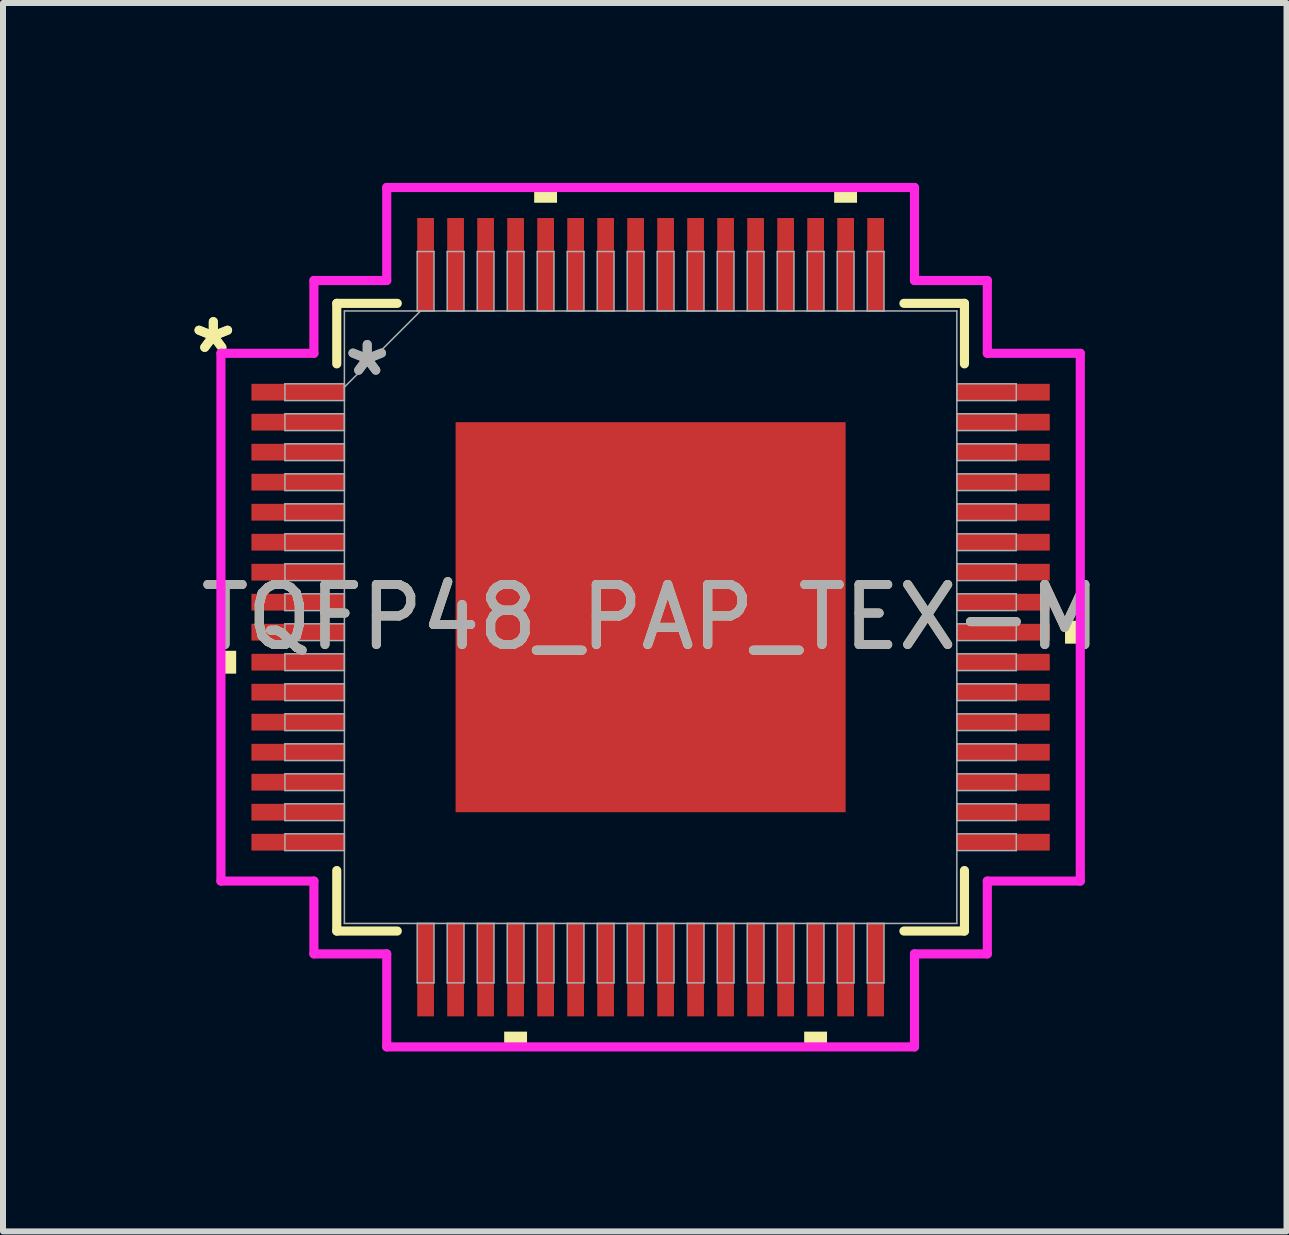
<source format=kicad_pcb>
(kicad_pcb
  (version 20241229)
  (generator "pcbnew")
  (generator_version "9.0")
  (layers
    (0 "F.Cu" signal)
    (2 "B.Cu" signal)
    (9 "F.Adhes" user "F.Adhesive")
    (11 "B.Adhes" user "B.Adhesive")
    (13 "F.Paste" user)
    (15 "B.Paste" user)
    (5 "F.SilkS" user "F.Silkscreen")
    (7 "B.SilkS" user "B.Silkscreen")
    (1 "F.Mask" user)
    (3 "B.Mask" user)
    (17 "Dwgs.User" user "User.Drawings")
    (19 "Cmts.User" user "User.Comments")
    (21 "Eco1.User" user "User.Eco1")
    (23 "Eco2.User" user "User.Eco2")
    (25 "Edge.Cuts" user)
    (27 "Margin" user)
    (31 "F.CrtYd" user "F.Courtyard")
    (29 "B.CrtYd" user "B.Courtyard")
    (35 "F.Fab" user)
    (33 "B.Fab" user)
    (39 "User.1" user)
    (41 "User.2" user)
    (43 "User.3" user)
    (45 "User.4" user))
  (footprint "TQFP48_PAP_TEX-M"
    (layer "F.Cu")
    (at 7.796 7.239)
    (property "Reference" "TQFP48_PAP_TEX-M" (at 0 0 0) (unlocked yes) (layer "F.SilkS") (effects (font (size 1 1) (thickness 0.15))))
    (attr smd)
    (fp_line (start -5.232 -5.232) (end -5.232 -4.223) (stroke (width 0.152) (type solid)) (layer "F.SilkS"))
    (fp_line (start -5.232 4.223) (end -5.232 5.232) (stroke (width 0.152) (type solid)) (layer "F.SilkS"))
    (fp_line (start -5.232 5.232) (end -4.223 5.232) (stroke (width 0.152) (type solid)) (layer "F.SilkS"))
    (fp_line (start -4.223 -5.232) (end -5.232 -5.232) (stroke (width 0.152) (type solid)) (layer "F.SilkS"))
    (fp_line (start 4.223 5.232) (end 5.232 5.232) (stroke (width 0.152) (type solid)) (layer "F.SilkS"))
    (fp_line (start 5.232 -5.232) (end 4.223 -5.232) (stroke (width 0.152) (type solid)) (layer "F.SilkS"))
    (fp_line (start 5.232 -4.223) (end 5.232 -5.232) (stroke (width 0.152) (type solid)) (layer "F.SilkS"))
    (fp_line (start 5.232 5.232) (end 5.232 4.223) (stroke (width 0.152) (type solid)) (layer "F.SilkS"))
    (fp_poly (pts (xy -7.163 0.56) (xy -7.163 0.941) (xy -6.909 0.941) (xy -6.909 0.56)) (stroke (width 0) (type solid)) (fill yes) (layer "F.SilkS"))
    (fp_poly (pts (xy -2.441 6.909) (xy -2.441 7.163) (xy -2.06 7.163) (xy -2.06 6.909)) (stroke (width 0) (type solid)) (fill yes) (layer "F.SilkS"))
    (fp_poly (pts (xy -1.941 -6.909) (xy -1.941 -7.163) (xy -1.56 -7.163) (xy -1.56 -6.909)) (stroke (width 0) (type solid)) (fill yes) (layer "F.SilkS"))
    (fp_poly (pts (xy 2.56 6.909) (xy 2.56 7.163) (xy 2.941 7.163) (xy 2.941 6.909)) (stroke (width 0) (type solid)) (fill yes) (layer "F.SilkS"))
    (fp_poly (pts (xy 3.06 -6.909) (xy 3.06 -7.163) (xy 3.441 -7.163) (xy 3.441 -6.909)) (stroke (width 0) (type solid)) (fill yes) (layer "F.SilkS"))
    (fp_poly (pts (xy 7.163 0.06) (xy 7.163 0.441) (xy 6.909 0.441) (xy 6.909 0.06)) (stroke (width 0) (type solid)) (fill yes) (layer "F.SilkS"))
    (fp_poly (pts (xy -3.151 -3.151) (xy -3.151 -2.051) (xy -2.051 -2.051) (xy -2.051 -3.151)) (stroke (width 0) (type solid)) (fill yes) (layer "F.Paste"))
    (fp_poly (pts (xy -3.151 -1.851) (xy -3.151 -0.75) (xy -2.051 -0.75) (xy -2.051 -1.851)) (stroke (width 0) (type solid)) (fill yes) (layer "F.Paste"))
    (fp_poly (pts (xy -3.151 -0.55) (xy -3.151 0.55) (xy -2.051 0.55) (xy -2.051 -0.55)) (stroke (width 0) (type solid)) (fill yes) (layer "F.Paste"))
    (fp_poly (pts (xy -3.151 0.75) (xy -3.151 1.851) (xy -2.051 1.851) (xy -2.051 0.75)) (stroke (width 0) (type solid)) (fill yes) (layer "F.Paste"))
    (fp_poly (pts (xy -3.151 2.051) (xy -3.151 3.151) (xy -2.051 3.151) (xy -2.051 2.051)) (stroke (width 0) (type solid)) (fill yes) (layer "F.Paste"))
    (fp_poly (pts (xy -1.851 -3.151) (xy -1.851 -2.051) (xy -0.75 -2.051) (xy -0.75 -3.151)) (stroke (width 0) (type solid)) (fill yes) (layer "F.Paste"))
    (fp_poly (pts (xy -1.851 -1.851) (xy -1.851 -0.75) (xy -0.75 -0.75) (xy -0.75 -1.851)) (stroke (width 0) (type solid)) (fill yes) (layer "F.Paste"))
    (fp_poly (pts (xy -1.851 -0.55) (xy -1.851 0.55) (xy -0.75 0.55) (xy -0.75 -0.55)) (stroke (width 0) (type solid)) (fill yes) (layer "F.Paste"))
    (fp_poly (pts (xy -1.851 0.75) (xy -1.851 1.851) (xy -0.75 1.851) (xy -0.75 0.75)) (stroke (width 0) (type solid)) (fill yes) (layer "F.Paste"))
    (fp_poly (pts (xy -1.851 2.051) (xy -1.851 3.151) (xy -0.75 3.151) (xy -0.75 2.051)) (stroke (width 0) (type solid)) (fill yes) (layer "F.Paste"))
    (fp_poly (pts (xy -0.55 -3.151) (xy -0.55 -2.051) (xy 0.55 -2.051) (xy 0.55 -3.151)) (stroke (width 0) (type solid)) (fill yes) (layer "F.Paste"))
    (fp_poly (pts (xy -0.55 -1.851) (xy -0.55 -0.75) (xy 0.55 -0.75) (xy 0.55 -1.851)) (stroke (width 0) (type solid)) (fill yes) (layer "F.Paste"))
    (fp_poly (pts (xy -0.55 -0.55) (xy -0.55 0.55) (xy 0.55 0.55) (xy 0.55 -0.55)) (stroke (width 0) (type solid)) (fill yes) (layer "F.Paste"))
    (fp_poly (pts (xy -0.55 0.75) (xy -0.55 1.851) (xy 0.55 1.851) (xy 0.55 0.75)) (stroke (width 0) (type solid)) (fill yes) (layer "F.Paste"))
    (fp_poly (pts (xy -0.55 2.051) (xy -0.55 3.151) (xy 0.55 3.151) (xy 0.55 2.051)) (stroke (width 0) (type solid)) (fill yes) (layer "F.Paste"))
    (fp_poly (pts (xy 0.75 -3.151) (xy 0.75 -2.051) (xy 1.851 -2.051) (xy 1.851 -3.151)) (stroke (width 0) (type solid)) (fill yes) (layer "F.Paste"))
    (fp_poly (pts (xy 0.75 -1.851) (xy 0.75 -0.75) (xy 1.851 -0.75) (xy 1.851 -1.851)) (stroke (width 0) (type solid)) (fill yes) (layer "F.Paste"))
    (fp_poly (pts (xy 0.75 -0.55) (xy 0.75 0.55) (xy 1.851 0.55) (xy 1.851 -0.55)) (stroke (width 0) (type solid)) (fill yes) (layer "F.Paste"))
    (fp_poly (pts (xy 0.75 0.75) (xy 0.75 1.851) (xy 1.851 1.851) (xy 1.851 0.75)) (stroke (width 0) (type solid)) (fill yes) (layer "F.Paste"))
    (fp_poly (pts (xy 0.75 2.051) (xy 0.75 3.151) (xy 1.851 3.151) (xy 1.851 2.051)) (stroke (width 0) (type solid)) (fill yes) (layer "F.Paste"))
    (fp_poly (pts (xy 2.051 -3.151) (xy 2.051 -2.051) (xy 3.151 -2.051) (xy 3.151 -3.151)) (stroke (width 0) (type solid)) (fill yes) (layer "F.Paste"))
    (fp_poly (pts (xy 2.051 -1.851) (xy 2.051 -0.75) (xy 3.151 -0.75) (xy 3.151 -1.851)) (stroke (width 0) (type solid)) (fill yes) (layer "F.Paste"))
    (fp_poly (pts (xy 2.051 -0.55) (xy 2.051 0.55) (xy 3.151 0.55) (xy 3.151 -0.55)) (stroke (width 0) (type solid)) (fill yes) (layer "F.Paste"))
    (fp_poly (pts (xy 2.051 0.75) (xy 2.051 1.851) (xy 3.151 1.851) (xy 3.151 0.75)) (stroke (width 0) (type solid)) (fill yes) (layer "F.Paste"))
    (fp_poly (pts (xy 2.051 2.051) (xy 2.051 3.151) (xy 3.151 3.151) (xy 3.151 2.051)) (stroke (width 0) (type solid)) (fill yes) (layer "F.Paste"))
    (fp_line (start -7.163 -4.399) (end -5.613 -4.399) (stroke (width 0.152) (type solid)) (layer "F.CrtYd"))
    (fp_line (start -7.163 4.399) (end -7.163 -4.399) (stroke (width 0.152) (type solid)) (layer "F.CrtYd"))
    (fp_line (start -5.613 -5.613) (end -4.399 -5.613) (stroke (width 0.152) (type solid)) (layer "F.CrtYd"))
    (fp_line (start -5.613 -4.399) (end -5.613 -5.613) (stroke (width 0.152) (type solid)) (layer "F.CrtYd"))
    (fp_line (start -5.613 4.399) (end -7.163 4.399) (stroke (width 0.152) (type solid)) (layer "F.CrtYd"))
    (fp_line (start -5.613 5.613) (end -5.613 4.399) (stroke (width 0.152) (type solid)) (layer "F.CrtYd"))
    (fp_line (start -5.613 5.613) (end -4.399 5.613) (stroke (width 0.152) (type solid)) (layer "F.CrtYd"))
    (fp_line (start -4.399 -7.163) (end 4.399 -7.163) (stroke (width 0.152) (type solid)) (layer "F.CrtYd"))
    (fp_line (start -4.399 -5.613) (end -4.399 -7.163) (stroke (width 0.152) (type solid)) (layer "F.CrtYd"))
    (fp_line (start -4.399 5.613) (end -4.399 7.163) (stroke (width 0.152) (type solid)) (layer "F.CrtYd"))
    (fp_line (start -4.399 7.163) (end 4.399 7.163) (stroke (width 0.152) (type solid)) (layer "F.CrtYd"))
    (fp_line (start 4.399 -7.163) (end 4.399 -5.613) (stroke (width 0.152) (type solid)) (layer "F.CrtYd"))
    (fp_line (start 4.399 -5.613) (end 5.613 -5.613) (stroke (width 0.152) (type solid)) (layer "F.CrtYd"))
    (fp_line (start 4.399 5.613) (end 5.613 5.613) (stroke (width 0.152) (type solid)) (layer "F.CrtYd"))
    (fp_line (start 4.399 7.163) (end 4.399 5.613) (stroke (width 0.152) (type solid)) (layer "F.CrtYd"))
    (fp_line (start 5.613 -4.399) (end 5.613 -5.613) (stroke (width 0.152) (type solid)) (layer "F.CrtYd"))
    (fp_line (start 5.613 4.399) (end 7.163 4.399) (stroke (width 0.152) (type solid)) (layer "F.CrtYd"))
    (fp_line (start 5.613 5.613) (end 5.613 4.399) (stroke (width 0.152) (type solid)) (layer "F.CrtYd"))
    (fp_line (start 7.163 -4.399) (end 5.613 -4.399) (stroke (width 0.152) (type solid)) (layer "F.CrtYd"))
    (fp_line (start 7.163 4.399) (end 7.163 -4.399) (stroke (width 0.152) (type solid)) (layer "F.CrtYd"))
    (fp_line (start -6.096 -3.891) (end -6.096 -3.611) (stroke (width 0.025) (type solid)) (layer "F.Fab"))
    (fp_line (start -6.096 -3.611) (end -5.105 -3.611) (stroke (width 0.025) (type solid)) (layer "F.Fab"))
    (fp_line (start -6.096 -3.391) (end -6.096 -3.111) (stroke (width 0.025) (type solid)) (layer "F.Fab"))
    (fp_line (start -6.096 -3.111) (end -5.105 -3.111) (stroke (width 0.025) (type solid)) (layer "F.Fab"))
    (fp_line (start -6.096 -2.89) (end -6.096 -2.611) (stroke (width 0.025) (type solid)) (layer "F.Fab"))
    (fp_line (start -6.096 -2.611) (end -5.105 -2.611) (stroke (width 0.025) (type solid)) (layer "F.Fab"))
    (fp_line (start -6.096 -2.39) (end -6.096 -2.111) (stroke (width 0.025) (type solid)) (layer "F.Fab"))
    (fp_line (start -6.096 -2.111) (end -5.105 -2.111) (stroke (width 0.025) (type solid)) (layer "F.Fab"))
    (fp_line (start -6.096 -1.89) (end -6.096 -1.611) (stroke (width 0.025) (type solid)) (layer "F.Fab"))
    (fp_line (start -6.096 -1.611) (end -5.105 -1.611) (stroke (width 0.025) (type solid)) (layer "F.Fab"))
    (fp_line (start -6.096 -1.39) (end -6.096 -1.111) (stroke (width 0.025) (type solid)) (layer "F.Fab"))
    (fp_line (start -6.096 -1.111) (end -5.105 -1.111) (stroke (width 0.025) (type solid)) (layer "F.Fab"))
    (fp_line (start -6.096 -0.89) (end -6.096 -0.61) (stroke (width 0.025) (type solid)) (layer "F.Fab"))
    (fp_line (start -6.096 -0.61) (end -5.105 -0.61) (stroke (width 0.025) (type solid)) (layer "F.Fab"))
    (fp_line (start -6.096 -0.39) (end -6.096 -0.11) (stroke (width 0.025) (type solid)) (layer "F.Fab"))
    (fp_line (start -6.096 -0.11) (end -5.105 -0.11) (stroke (width 0.025) (type solid)) (layer "F.Fab"))
    (fp_line (start -6.096 0.11) (end -6.096 0.39) (stroke (width 0.025) (type solid)) (layer "F.Fab"))
    (fp_line (start -6.096 0.39) (end -5.105 0.39) (stroke (width 0.025) (type solid)) (layer "F.Fab"))
    (fp_line (start -6.096 0.61) (end -6.096 0.89) (stroke (width 0.025) (type solid)) (layer "F.Fab"))
    (fp_line (start -6.096 0.89) (end -5.105 0.89) (stroke (width 0.025) (type solid)) (layer "F.Fab"))
    (fp_line (start -6.096 1.111) (end -6.096 1.39) (stroke (width 0.025) (type solid)) (layer "F.Fab"))
    (fp_line (start -6.096 1.39) (end -5.105 1.39) (stroke (width 0.025) (type solid)) (layer "F.Fab"))
    (fp_line (start -6.096 1.611) (end -6.096 1.89) (stroke (width 0.025) (type solid)) (layer "F.Fab"))
    (fp_line (start -6.096 1.89) (end -5.105 1.89) (stroke (width 0.025) (type solid)) (layer "F.Fab"))
    (fp_line (start -6.096 2.111) (end -6.096 2.39) (stroke (width 0.025) (type solid)) (layer "F.Fab"))
    (fp_line (start -6.096 2.39) (end -5.105 2.39) (stroke (width 0.025) (type solid)) (layer "F.Fab"))
    (fp_line (start -6.096 2.611) (end -6.096 2.89) (stroke (width 0.025) (type solid)) (layer "F.Fab"))
    (fp_line (start -6.096 2.89) (end -5.105 2.89) (stroke (width 0.025) (type solid)) (layer "F.Fab"))
    (fp_line (start -6.096 3.111) (end -6.096 3.391) (stroke (width 0.025) (type solid)) (layer "F.Fab"))
    (fp_line (start -6.096 3.391) (end -5.105 3.391) (stroke (width 0.025) (type solid)) (layer "F.Fab"))
    (fp_line (start -6.096 3.611) (end -6.096 3.891) (stroke (width 0.025) (type solid)) (layer "F.Fab"))
    (fp_line (start -6.096 3.891) (end -5.105 3.891) (stroke (width 0.025) (type solid)) (layer "F.Fab"))
    (fp_line (start -5.105 -5.105) (end -5.105 5.105) (stroke (width 0.025) (type solid)) (layer "F.Fab"))
    (fp_line (start -5.105 -3.891) (end -6.096 -3.891) (stroke (width 0.025) (type solid)) (layer "F.Fab"))
    (fp_line (start -5.105 -3.835) (end -3.835 -5.105) (stroke (width 0.025) (type solid)) (layer "F.Fab"))
    (fp_line (start -5.105 -3.611) (end -5.105 -3.891) (stroke (width 0.025) (type solid)) (layer "F.Fab"))
    (fp_line (start -5.105 -3.391) (end -6.096 -3.391) (stroke (width 0.025) (type solid)) (layer "F.Fab"))
    (fp_line (start -5.105 -3.111) (end -5.105 -3.391) (stroke (width 0.025) (type solid)) (layer "F.Fab"))
    (fp_line (start -5.105 -2.89) (end -6.096 -2.89) (stroke (width 0.025) (type solid)) (layer "F.Fab"))
    (fp_line (start -5.105 -2.611) (end -5.105 -2.89) (stroke (width 0.025) (type solid)) (layer "F.Fab"))
    (fp_line (start -5.105 -2.39) (end -6.096 -2.39) (stroke (width 0.025) (type solid)) (layer "F.Fab"))
    (fp_line (start -5.105 -2.111) (end -5.105 -2.39) (stroke (width 0.025) (type solid)) (layer "F.Fab"))
    (fp_line (start -5.105 -1.89) (end -6.096 -1.89) (stroke (width 0.025) (type solid)) (layer "F.Fab"))
    (fp_line (start -5.105 -1.611) (end -5.105 -1.89) (stroke (width 0.025) (type solid)) (layer "F.Fab"))
    (fp_line (start -5.105 -1.39) (end -6.096 -1.39) (stroke (width 0.025) (type solid)) (layer "F.Fab"))
    (fp_line (start -5.105 -1.111) (end -5.105 -1.39) (stroke (width 0.025) (type solid)) (layer "F.Fab"))
    (fp_line (start -5.105 -0.89) (end -6.096 -0.89) (stroke (width 0.025) (type solid)) (layer "F.Fab"))
    (fp_line (start -5.105 -0.61) (end -5.105 -0.89) (stroke (width 0.025) (type solid)) (layer "F.Fab"))
    (fp_line (start -5.105 -0.39) (end -6.096 -0.39) (stroke (width 0.025) (type solid)) (layer "F.Fab"))
    (fp_line (start -5.105 -0.11) (end -5.105 -0.39) (stroke (width 0.025) (type solid)) (layer "F.Fab"))
    (fp_line (start -5.105 0.11) (end -6.096 0.11) (stroke (width 0.025) (type solid)) (layer "F.Fab"))
    (fp_line (start -5.105 0.39) (end -5.105 0.11) (stroke (width 0.025) (type solid)) (layer "F.Fab"))
    (fp_line (start -5.105 0.61) (end -6.096 0.61) (stroke (width 0.025) (type solid)) (layer "F.Fab"))
    (fp_line (start -5.105 0.89) (end -5.105 0.61) (stroke (width 0.025) (type solid)) (layer "F.Fab"))
    (fp_line (start -5.105 1.111) (end -6.096 1.111) (stroke (width 0.025) (type solid)) (layer "F.Fab"))
    (fp_line (start -5.105 1.39) (end -5.105 1.111) (stroke (width 0.025) (type solid)) (layer "F.Fab"))
    (fp_line (start -5.105 1.611) (end -6.096 1.611) (stroke (width 0.025) (type solid)) (layer "F.Fab"))
    (fp_line (start -5.105 1.89) (end -5.105 1.611) (stroke (width 0.025) (type solid)) (layer "F.Fab"))
    (fp_line (start -5.105 2.111) (end -6.096 2.111) (stroke (width 0.025) (type solid)) (layer "F.Fab"))
    (fp_line (start -5.105 2.39) (end -5.105 2.111) (stroke (width 0.025) (type solid)) (layer "F.Fab"))
    (fp_line (start -5.105 2.611) (end -6.096 2.611) (stroke (width 0.025) (type solid)) (layer "F.Fab"))
    (fp_line (start -5.105 2.89) (end -5.105 2.611) (stroke (width 0.025) (type solid)) (layer "F.Fab"))
    (fp_line (start -5.105 3.111) (end -6.096 3.111) (stroke (width 0.025) (type solid)) (layer "F.Fab"))
    (fp_line (start -5.105 3.391) (end -5.105 3.111) (stroke (width 0.025) (type solid)) (layer "F.Fab"))
    (fp_line (start -5.105 3.611) (end -6.096 3.611) (stroke (width 0.025) (type solid)) (layer "F.Fab"))
    (fp_line (start -5.105 3.891) (end -5.105 3.611) (stroke (width 0.025) (type solid)) (layer "F.Fab"))
    (fp_line (start -5.105 5.105) (end 5.105 5.105) (stroke (width 0.025) (type solid)) (layer "F.Fab"))
    (fp_line (start -3.891 -6.096) (end -3.891 -5.105) (stroke (width 0.025) (type solid)) (layer "F.Fab"))
    (fp_line (start -3.891 -5.105) (end -3.611 -5.105) (stroke (width 0.025) (type solid)) (layer "F.Fab"))
    (fp_line (start -3.891 5.105) (end -3.891 6.096) (stroke (width 0.025) (type solid)) (layer "F.Fab"))
    (fp_line (start -3.891 6.096) (end -3.611 6.096) (stroke (width 0.025) (type solid)) (layer "F.Fab"))
    (fp_line (start -3.611 -6.096) (end -3.891 -6.096) (stroke (width 0.025) (type solid)) (layer "F.Fab"))
    (fp_line (start -3.611 -5.105) (end -3.611 -6.096) (stroke (width 0.025) (type solid)) (layer "F.Fab"))
    (fp_line (start -3.611 5.105) (end -3.891 5.105) (stroke (width 0.025) (type solid)) (layer "F.Fab"))
    (fp_line (start -3.611 6.096) (end -3.611 5.105) (stroke (width 0.025) (type solid)) (layer "F.Fab"))
    (fp_line (start -3.391 -6.096) (end -3.391 -5.105) (stroke (width 0.025) (type solid)) (layer "F.Fab"))
    (fp_line (start -3.391 -5.105) (end -3.111 -5.105) (stroke (width 0.025) (type solid)) (layer "F.Fab"))
    (fp_line (start -3.391 5.105) (end -3.391 6.096) (stroke (width 0.025) (type solid)) (layer "F.Fab"))
    (fp_line (start -3.391 6.096) (end -3.111 6.096) (stroke (width 0.025) (type solid)) (layer "F.Fab"))
    (fp_line (start -3.111 -6.096) (end -3.391 -6.096) (stroke (width 0.025) (type solid)) (layer "F.Fab"))
    (fp_line (start -3.111 -5.105) (end -3.111 -6.096) (stroke (width 0.025) (type solid)) (layer "F.Fab"))
    (fp_line (start -3.111 5.105) (end -3.391 5.105) (stroke (width 0.025) (type solid)) (layer "F.Fab"))
    (fp_line (start -3.111 6.096) (end -3.111 5.105) (stroke (width 0.025) (type solid)) (layer "F.Fab"))
    (fp_line (start -2.89 -6.096) (end -2.89 -5.105) (stroke (width 0.025) (type solid)) (layer "F.Fab"))
    (fp_line (start -2.89 -5.105) (end -2.611 -5.105) (stroke (width 0.025) (type solid)) (layer "F.Fab"))
    (fp_line (start -2.89 5.105) (end -2.89 6.096) (stroke (width 0.025) (type solid)) (layer "F.Fab"))
    (fp_line (start -2.89 6.096) (end -2.611 6.096) (stroke (width 0.025) (type solid)) (layer "F.Fab"))
    (fp_line (start -2.611 -6.096) (end -2.89 -6.096) (stroke (width 0.025) (type solid)) (layer "F.Fab"))
    (fp_line (start -2.611 -5.105) (end -2.611 -6.096) (stroke (width 0.025) (type solid)) (layer "F.Fab"))
    (fp_line (start -2.611 5.105) (end -2.89 5.105) (stroke (width 0.025) (type solid)) (layer "F.Fab"))
    (fp_line (start -2.611 6.096) (end -2.611 5.105) (stroke (width 0.025) (type solid)) (layer "F.Fab"))
    (fp_line (start -2.39 -6.096) (end -2.39 -5.105) (stroke (width 0.025) (type solid)) (layer "F.Fab"))
    (fp_line (start -2.39 -5.105) (end -2.111 -5.105) (stroke (width 0.025) (type solid)) (layer "F.Fab"))
    (fp_line (start -2.39 5.105) (end -2.39 6.096) (stroke (width 0.025) (type solid)) (layer "F.Fab"))
    (fp_line (start -2.39 6.096) (end -2.111 6.096) (stroke (width 0.025) (type solid)) (layer "F.Fab"))
    (fp_line (start -2.111 -6.096) (end -2.39 -6.096) (stroke (width 0.025) (type solid)) (layer "F.Fab"))
    (fp_line (start -2.111 -5.105) (end -2.111 -6.096) (stroke (width 0.025) (type solid)) (layer "F.Fab"))
    (fp_line (start -2.111 5.105) (end -2.39 5.105) (stroke (width 0.025) (type solid)) (layer "F.Fab"))
    (fp_line (start -2.111 6.096) (end -2.111 5.105) (stroke (width 0.025) (type solid)) (layer "F.Fab"))
    (fp_line (start -1.89 -6.096) (end -1.89 -5.105) (stroke (width 0.025) (type solid)) (layer "F.Fab"))
    (fp_line (start -1.89 -5.105) (end -1.611 -5.105) (stroke (width 0.025) (type solid)) (layer "F.Fab"))
    (fp_line (start -1.89 5.105) (end -1.89 6.096) (stroke (width 0.025) (type solid)) (layer "F.Fab"))
    (fp_line (start -1.89 6.096) (end -1.611 6.096) (stroke (width 0.025) (type solid)) (layer "F.Fab"))
    (fp_line (start -1.611 -6.096) (end -1.89 -6.096) (stroke (width 0.025) (type solid)) (layer "F.Fab"))
    (fp_line (start -1.611 -5.105) (end -1.611 -6.096) (stroke (width 0.025) (type solid)) (layer "F.Fab"))
    (fp_line (start -1.611 5.105) (end -1.89 5.105) (stroke (width 0.025) (type solid)) (layer "F.Fab"))
    (fp_line (start -1.611 6.096) (end -1.611 5.105) (stroke (width 0.025) (type solid)) (layer "F.Fab"))
    (fp_line (start -1.39 -6.096) (end -1.39 -5.105) (stroke (width 0.025) (type solid)) (layer "F.Fab"))
    (fp_line (start -1.39 -5.105) (end -1.111 -5.105) (stroke (width 0.025) (type solid)) (layer "F.Fab"))
    (fp_line (start -1.39 5.105) (end -1.39 6.096) (stroke (width 0.025) (type solid)) (layer "F.Fab"))
    (fp_line (start -1.39 6.096) (end -1.111 6.096) (stroke (width 0.025) (type solid)) (layer "F.Fab"))
    (fp_line (start -1.111 -6.096) (end -1.39 -6.096) (stroke (width 0.025) (type solid)) (layer "F.Fab"))
    (fp_line (start -1.111 -5.105) (end -1.111 -6.096) (stroke (width 0.025) (type solid)) (layer "F.Fab"))
    (fp_line (start -1.111 5.105) (end -1.39 5.105) (stroke (width 0.025) (type solid)) (layer "F.Fab"))
    (fp_line (start -1.111 6.096) (end -1.111 5.105) (stroke (width 0.025) (type solid)) (layer "F.Fab"))
    (fp_line (start -0.89 -6.096) (end -0.89 -5.105) (stroke (width 0.025) (type solid)) (layer "F.Fab"))
    (fp_line (start -0.89 -5.105) (end -0.61 -5.105) (stroke (width 0.025) (type solid)) (layer "F.Fab"))
    (fp_line (start -0.89 5.105) (end -0.89 6.096) (stroke (width 0.025) (type solid)) (layer "F.Fab"))
    (fp_line (start -0.89 6.096) (end -0.61 6.096) (stroke (width 0.025) (type solid)) (layer "F.Fab"))
    (fp_line (start -0.61 -6.096) (end -0.89 -6.096) (stroke (width 0.025) (type solid)) (layer "F.Fab"))
    (fp_line (start -0.61 -5.105) (end -0.61 -6.096) (stroke (width 0.025) (type solid)) (layer "F.Fab"))
    (fp_line (start -0.61 5.105) (end -0.89 5.105) (stroke (width 0.025) (type solid)) (layer "F.Fab"))
    (fp_line (start -0.61 6.096) (end -0.61 5.105) (stroke (width 0.025) (type solid)) (layer "F.Fab"))
    (fp_line (start -0.39 -6.096) (end -0.39 -5.105) (stroke (width 0.025) (type solid)) (layer "F.Fab"))
    (fp_line (start -0.39 -5.105) (end -0.11 -5.105) (stroke (width 0.025) (type solid)) (layer "F.Fab"))
    (fp_line (start -0.39 5.105) (end -0.39 6.096) (stroke (width 0.025) (type solid)) (layer "F.Fab"))
    (fp_line (start -0.39 6.096) (end -0.11 6.096) (stroke (width 0.025) (type solid)) (layer "F.Fab"))
    (fp_line (start -0.11 -6.096) (end -0.39 -6.096) (stroke (width 0.025) (type solid)) (layer "F.Fab"))
    (fp_line (start -0.11 -5.105) (end -0.11 -6.096) (stroke (width 0.025) (type solid)) (layer "F.Fab"))
    (fp_line (start -0.11 5.105) (end -0.39 5.105) (stroke (width 0.025) (type solid)) (layer "F.Fab"))
    (fp_line (start -0.11 6.096) (end -0.11 5.105) (stroke (width 0.025) (type solid)) (layer "F.Fab"))
    (fp_line (start 0.11 -6.096) (end 0.11 -5.105) (stroke (width 0.025) (type solid)) (layer "F.Fab"))
    (fp_line (start 0.11 -5.105) (end 0.39 -5.105) (stroke (width 0.025) (type solid)) (layer "F.Fab"))
    (fp_line (start 0.11 5.105) (end 0.11 6.096) (stroke (width 0.025) (type solid)) (layer "F.Fab"))
    (fp_line (start 0.11 6.096) (end 0.39 6.096) (stroke (width 0.025) (type solid)) (layer "F.Fab"))
    (fp_line (start 0.39 -6.096) (end 0.11 -6.096) (stroke (width 0.025) (type solid)) (layer "F.Fab"))
    (fp_line (start 0.39 -5.105) (end 0.39 -6.096) (stroke (width 0.025) (type solid)) (layer "F.Fab"))
    (fp_line (start 0.39 5.105) (end 0.11 5.105) (stroke (width 0.025) (type solid)) (layer "F.Fab"))
    (fp_line (start 0.39 6.096) (end 0.39 5.105) (stroke (width 0.025) (type solid)) (layer "F.Fab"))
    (fp_line (start 0.61 -6.096) (end 0.61 -5.105) (stroke (width 0.025) (type solid)) (layer "F.Fab"))
    (fp_line (start 0.61 -5.105) (end 0.89 -5.105) (stroke (width 0.025) (type solid)) (layer "F.Fab"))
    (fp_line (start 0.61 5.105) (end 0.61 6.096) (stroke (width 0.025) (type solid)) (layer "F.Fab"))
    (fp_line (start 0.61 6.096) (end 0.89 6.096) (stroke (width 0.025) (type solid)) (layer "F.Fab"))
    (fp_line (start 0.89 -6.096) (end 0.61 -6.096) (stroke (width 0.025) (type solid)) (layer "F.Fab"))
    (fp_line (start 0.89 -5.105) (end 0.89 -6.096) (stroke (width 0.025) (type solid)) (layer "F.Fab"))
    (fp_line (start 0.89 5.105) (end 0.61 5.105) (stroke (width 0.025) (type solid)) (layer "F.Fab"))
    (fp_line (start 0.89 6.096) (end 0.89 5.105) (stroke (width 0.025) (type solid)) (layer "F.Fab"))
    (fp_line (start 1.111 -6.096) (end 1.111 -5.105) (stroke (width 0.025) (type solid)) (layer "F.Fab"))
    (fp_line (start 1.111 -5.105) (end 1.39 -5.105) (stroke (width 0.025) (type solid)) (layer "F.Fab"))
    (fp_line (start 1.111 5.105) (end 1.111 6.096) (stroke (width 0.025) (type solid)) (layer "F.Fab"))
    (fp_line (start 1.111 6.096) (end 1.39 6.096) (stroke (width 0.025) (type solid)) (layer "F.Fab"))
    (fp_line (start 1.39 -6.096) (end 1.111 -6.096) (stroke (width 0.025) (type solid)) (layer "F.Fab"))
    (fp_line (start 1.39 -5.105) (end 1.39 -6.096) (stroke (width 0.025) (type solid)) (layer "F.Fab"))
    (fp_line (start 1.39 5.105) (end 1.111 5.105) (stroke (width 0.025) (type solid)) (layer "F.Fab"))
    (fp_line (start 1.39 6.096) (end 1.39 5.105) (stroke (width 0.025) (type solid)) (layer "F.Fab"))
    (fp_line (start 1.611 -6.096) (end 1.611 -5.105) (stroke (width 0.025) (type solid)) (layer "F.Fab"))
    (fp_line (start 1.611 -5.105) (end 1.89 -5.105) (stroke (width 0.025) (type solid)) (layer "F.Fab"))
    (fp_line (start 1.611 5.105) (end 1.611 6.096) (stroke (width 0.025) (type solid)) (layer "F.Fab"))
    (fp_line (start 1.611 6.096) (end 1.89 6.096) (stroke (width 0.025) (type solid)) (layer "F.Fab"))
    (fp_line (start 1.89 -6.096) (end 1.611 -6.096) (stroke (width 0.025) (type solid)) (layer "F.Fab"))
    (fp_line (start 1.89 -5.105) (end 1.89 -6.096) (stroke (width 0.025) (type solid)) (layer "F.Fab"))
    (fp_line (start 1.89 5.105) (end 1.611 5.105) (stroke (width 0.025) (type solid)) (layer "F.Fab"))
    (fp_line (start 1.89 6.096) (end 1.89 5.105) (stroke (width 0.025) (type solid)) (layer "F.Fab"))
    (fp_line (start 2.111 -6.096) (end 2.111 -5.105) (stroke (width 0.025) (type solid)) (layer "F.Fab"))
    (fp_line (start 2.111 -5.105) (end 2.39 -5.105) (stroke (width 0.025) (type solid)) (layer "F.Fab"))
    (fp_line (start 2.111 5.105) (end 2.111 6.096) (stroke (width 0.025) (type solid)) (layer "F.Fab"))
    (fp_line (start 2.111 6.096) (end 2.39 6.096) (stroke (width 0.025) (type solid)) (layer "F.Fab"))
    (fp_line (start 2.39 -6.096) (end 2.111 -6.096) (stroke (width 0.025) (type solid)) (layer "F.Fab"))
    (fp_line (start 2.39 -5.105) (end 2.39 -6.096) (stroke (width 0.025) (type solid)) (layer "F.Fab"))
    (fp_line (start 2.39 5.105) (end 2.111 5.105) (stroke (width 0.025) (type solid)) (layer "F.Fab"))
    (fp_line (start 2.39 6.096) (end 2.39 5.105) (stroke (width 0.025) (type solid)) (layer "F.Fab"))
    (fp_line (start 2.611 -6.096) (end 2.611 -5.105) (stroke (width 0.025) (type solid)) (layer "F.Fab"))
    (fp_line (start 2.611 -5.105) (end 2.89 -5.105) (stroke (width 0.025) (type solid)) (layer "F.Fab"))
    (fp_line (start 2.611 5.105) (end 2.611 6.096) (stroke (width 0.025) (type solid)) (layer "F.Fab"))
    (fp_line (start 2.611 6.096) (end 2.89 6.096) (stroke (width 0.025) (type solid)) (layer "F.Fab"))
    (fp_line (start 2.89 -6.096) (end 2.611 -6.096) (stroke (width 0.025) (type solid)) (layer "F.Fab"))
    (fp_line (start 2.89 -5.105) (end 2.89 -6.096) (stroke (width 0.025) (type solid)) (layer "F.Fab"))
    (fp_line (start 2.89 5.105) (end 2.611 5.105) (stroke (width 0.025) (type solid)) (layer "F.Fab"))
    (fp_line (start 2.89 6.096) (end 2.89 5.105) (stroke (width 0.025) (type solid)) (layer "F.Fab"))
    (fp_line (start 3.111 -6.096) (end 3.111 -5.105) (stroke (width 0.025) (type solid)) (layer "F.Fab"))
    (fp_line (start 3.111 -5.105) (end 3.391 -5.105) (stroke (width 0.025) (type solid)) (layer "F.Fab"))
    (fp_line (start 3.111 5.105) (end 3.111 6.096) (stroke (width 0.025) (type solid)) (layer "F.Fab"))
    (fp_line (start 3.111 6.096) (end 3.391 6.096) (stroke (width 0.025) (type solid)) (layer "F.Fab"))
    (fp_line (start 3.391 -6.096) (end 3.111 -6.096) (stroke (width 0.025) (type solid)) (layer "F.Fab"))
    (fp_line (start 3.391 -5.105) (end 3.391 -6.096) (stroke (width 0.025) (type solid)) (layer "F.Fab"))
    (fp_line (start 3.391 5.105) (end 3.111 5.105) (stroke (width 0.025) (type solid)) (layer "F.Fab"))
    (fp_line (start 3.391 6.096) (end 3.391 5.105) (stroke (width 0.025) (type solid)) (layer "F.Fab"))
    (fp_line (start 3.611 -6.096) (end 3.611 -5.105) (stroke (width 0.025) (type solid)) (layer "F.Fab"))
    (fp_line (start 3.611 -5.105) (end 3.891 -5.105) (stroke (width 0.025) (type solid)) (layer "F.Fab"))
    (fp_line (start 3.611 5.105) (end 3.611 6.096) (stroke (width 0.025) (type solid)) (layer "F.Fab"))
    (fp_line (start 3.611 6.096) (end 3.891 6.096) (stroke (width 0.025) (type solid)) (layer "F.Fab"))
    (fp_line (start 3.891 -6.096) (end 3.611 -6.096) (stroke (width 0.025) (type solid)) (layer "F.Fab"))
    (fp_line (start 3.891 -5.105) (end 3.891 -6.096) (stroke (width 0.025) (type solid)) (layer "F.Fab"))
    (fp_line (start 3.891 5.105) (end 3.611 5.105) (stroke (width 0.025) (type solid)) (layer "F.Fab"))
    (fp_line (start 3.891 6.096) (end 3.891 5.105) (stroke (width 0.025) (type solid)) (layer "F.Fab"))
    (fp_line (start 5.105 -5.105) (end -5.105 -5.105) (stroke (width 0.025) (type solid)) (layer "F.Fab"))
    (fp_line (start 5.105 -3.891) (end 5.105 -3.611) (stroke (width 0.025) (type solid)) (layer "F.Fab"))
    (fp_line (start 5.105 -3.611) (end 6.096 -3.611) (stroke (width 0.025) (type solid)) (layer "F.Fab"))
    (fp_line (start 5.105 -3.391) (end 5.105 -3.111) (stroke (width 0.025) (type solid)) (layer "F.Fab"))
    (fp_line (start 5.105 -3.111) (end 6.096 -3.111) (stroke (width 0.025) (type solid)) (layer "F.Fab"))
    (fp_line (start 5.105 -2.89) (end 5.105 -2.611) (stroke (width 0.025) (type solid)) (layer "F.Fab"))
    (fp_line (start 5.105 -2.611) (end 6.096 -2.611) (stroke (width 0.025) (type solid)) (layer "F.Fab"))
    (fp_line (start 5.105 -2.39) (end 5.105 -2.111) (stroke (width 0.025) (type solid)) (layer "F.Fab"))
    (fp_line (start 5.105 -2.111) (end 6.096 -2.111) (stroke (width 0.025) (type solid)) (layer "F.Fab"))
    (fp_line (start 5.105 -1.89) (end 5.105 -1.611) (stroke (width 0.025) (type solid)) (layer "F.Fab"))
    (fp_line (start 5.105 -1.611) (end 6.096 -1.611) (stroke (width 0.025) (type solid)) (layer "F.Fab"))
    (fp_line (start 5.105 -1.39) (end 5.105 -1.111) (stroke (width 0.025) (type solid)) (layer "F.Fab"))
    (fp_line (start 5.105 -1.111) (end 6.096 -1.111) (stroke (width 0.025) (type solid)) (layer "F.Fab"))
    (fp_line (start 5.105 -0.89) (end 5.105 -0.61) (stroke (width 0.025) (type solid)) (layer "F.Fab"))
    (fp_line (start 5.105 -0.61) (end 6.096 -0.61) (stroke (width 0.025) (type solid)) (layer "F.Fab"))
    (fp_line (start 5.105 -0.39) (end 5.105 -0.11) (stroke (width 0.025) (type solid)) (layer "F.Fab"))
    (fp_line (start 5.105 -0.11) (end 6.096 -0.11) (stroke (width 0.025) (type solid)) (layer "F.Fab"))
    (fp_line (start 5.105 0.11) (end 5.105 0.39) (stroke (width 0.025) (type solid)) (layer "F.Fab"))
    (fp_line (start 5.105 0.39) (end 6.096 0.39) (stroke (width 0.025) (type solid)) (layer "F.Fab"))
    (fp_line (start 5.105 0.61) (end 5.105 0.89) (stroke (width 0.025) (type solid)) (layer "F.Fab"))
    (fp_line (start 5.105 0.89) (end 6.096 0.89) (stroke (width 0.025) (type solid)) (layer "F.Fab"))
    (fp_line (start 5.105 1.111) (end 5.105 1.39) (stroke (width 0.025) (type solid)) (layer "F.Fab"))
    (fp_line (start 5.105 1.39) (end 6.096 1.39) (stroke (width 0.025) (type solid)) (layer "F.Fab"))
    (fp_line (start 5.105 1.611) (end 5.105 1.89) (stroke (width 0.025) (type solid)) (layer "F.Fab"))
    (fp_line (start 5.105 1.89) (end 6.096 1.89) (stroke (width 0.025) (type solid)) (layer "F.Fab"))
    (fp_line (start 5.105 2.111) (end 5.105 2.39) (stroke (width 0.025) (type solid)) (layer "F.Fab"))
    (fp_line (start 5.105 2.39) (end 6.096 2.39) (stroke (width 0.025) (type solid)) (layer "F.Fab"))
    (fp_line (start 5.105 2.611) (end 5.105 2.89) (stroke (width 0.025) (type solid)) (layer "F.Fab"))
    (fp_line (start 5.105 2.89) (end 6.096 2.89) (stroke (width 0.025) (type solid)) (layer "F.Fab"))
    (fp_line (start 5.105 3.111) (end 5.105 3.391) (stroke (width 0.025) (type solid)) (layer "F.Fab"))
    (fp_line (start 5.105 3.391) (end 6.096 3.391) (stroke (width 0.025) (type solid)) (layer "F.Fab"))
    (fp_line (start 5.105 3.611) (end 5.105 3.891) (stroke (width 0.025) (type solid)) (layer "F.Fab"))
    (fp_line (start 5.105 3.891) (end 6.096 3.891) (stroke (width 0.025) (type solid)) (layer "F.Fab"))
    (fp_line (start 5.105 5.105) (end 5.105 -5.105) (stroke (width 0.025) (type solid)) (layer "F.Fab"))
    (fp_line (start 6.096 -3.891) (end 5.105 -3.891) (stroke (width 0.025) (type solid)) (layer "F.Fab"))
    (fp_line (start 6.096 -3.611) (end 6.096 -3.891) (stroke (width 0.025) (type solid)) (layer "F.Fab"))
    (fp_line (start 6.096 -3.391) (end 5.105 -3.391) (stroke (width 0.025) (type solid)) (layer "F.Fab"))
    (fp_line (start 6.096 -3.111) (end 6.096 -3.391) (stroke (width 0.025) (type solid)) (layer "F.Fab"))
    (fp_line (start 6.096 -2.89) (end 5.105 -2.89) (stroke (width 0.025) (type solid)) (layer "F.Fab"))
    (fp_line (start 6.096 -2.611) (end 6.096 -2.89) (stroke (width 0.025) (type solid)) (layer "F.Fab"))
    (fp_line (start 6.096 -2.39) (end 5.105 -2.39) (stroke (width 0.025) (type solid)) (layer "F.Fab"))
    (fp_line (start 6.096 -2.111) (end 6.096 -2.39) (stroke (width 0.025) (type solid)) (layer "F.Fab"))
    (fp_line (start 6.096 -1.89) (end 5.105 -1.89) (stroke (width 0.025) (type solid)) (layer "F.Fab"))
    (fp_line (start 6.096 -1.611) (end 6.096 -1.89) (stroke (width 0.025) (type solid)) (layer "F.Fab"))
    (fp_line (start 6.096 -1.39) (end 5.105 -1.39) (stroke (width 0.025) (type solid)) (layer "F.Fab"))
    (fp_line (start 6.096 -1.111) (end 6.096 -1.39) (stroke (width 0.025) (type solid)) (layer "F.Fab"))
    (fp_line (start 6.096 -0.89) (end 5.105 -0.89) (stroke (width 0.025) (type solid)) (layer "F.Fab"))
    (fp_line (start 6.096 -0.61) (end 6.096 -0.89) (stroke (width 0.025) (type solid)) (layer "F.Fab"))
    (fp_line (start 6.096 -0.39) (end 5.105 -0.39) (stroke (width 0.025) (type solid)) (layer "F.Fab"))
    (fp_line (start 6.096 -0.11) (end 6.096 -0.39) (stroke (width 0.025) (type solid)) (layer "F.Fab"))
    (fp_line (start 6.096 0.11) (end 5.105 0.11) (stroke (width 0.025) (type solid)) (layer "F.Fab"))
    (fp_line (start 6.096 0.39) (end 6.096 0.11) (stroke (width 0.025) (type solid)) (layer "F.Fab"))
    (fp_line (start 6.096 0.61) (end 5.105 0.61) (stroke (width 0.025) (type solid)) (layer "F.Fab"))
    (fp_line (start 6.096 0.89) (end 6.096 0.61) (stroke (width 0.025) (type solid)) (layer "F.Fab"))
    (fp_line (start 6.096 1.111) (end 5.105 1.111) (stroke (width 0.025) (type solid)) (layer "F.Fab"))
    (fp_line (start 6.096 1.39) (end 6.096 1.111) (stroke (width 0.025) (type solid)) (layer "F.Fab"))
    (fp_line (start 6.096 1.611) (end 5.105 1.611) (stroke (width 0.025) (type solid)) (layer "F.Fab"))
    (fp_line (start 6.096 1.89) (end 6.096 1.611) (stroke (width 0.025) (type solid)) (layer "F.Fab"))
    (fp_line (start 6.096 2.111) (end 5.105 2.111) (stroke (width 0.025) (type solid)) (layer "F.Fab"))
    (fp_line (start 6.096 2.39) (end 6.096 2.111) (stroke (width 0.025) (type solid)) (layer "F.Fab"))
    (fp_line (start 6.096 2.611) (end 5.105 2.611) (stroke (width 0.025) (type solid)) (layer "F.Fab"))
    (fp_line (start 6.096 2.89) (end 6.096 2.611) (stroke (width 0.025) (type solid)) (layer "F.Fab"))
    (fp_line (start 6.096 3.111) (end 5.105 3.111) (stroke (width 0.025) (type solid)) (layer "F.Fab"))
    (fp_line (start 6.096 3.391) (end 6.096 3.111) (stroke (width 0.025) (type solid)) (layer "F.Fab"))
    (fp_line (start 6.096 3.611) (end 5.105 3.611) (stroke (width 0.025) (type solid)) (layer "F.Fab"))
    (fp_line (start 6.096 3.891) (end 6.096 3.611) (stroke (width 0.025) (type solid)) (layer "F.Fab"))
    (fp_text user "*" (at -7.29 -4.382 0) (unlocked yes) (layer "F.SilkS") (effects (font (size 1 1) (thickness 0.15))))
    (fp_text user "*" (at -7.29 -4.382 0) (layer "F.SilkS") (effects (font (size 1 1) (thickness 0.15))))
    (fp_text user "*" (at -4.724 -4.001 0) (unlocked yes) (layer "F.Fab") (effects (font (size 1 1) (thickness 0.15))))
    (fp_text user "*" (at -4.724 -4.001 0) (layer "F.Fab") (effects (font (size 1 1) (thickness 0.15))))
    (fp_text user "${REFERENCE}" (at 0 0 0) (unlocked yes) (layer "F.Fab") (effects (font (size 1 1) (thickness 0.15))))
    (pad "1" smd rect (at -5.88 -3.751 90) (size 0.279 1.549) (layers "F.Cu" "F.Mask" "F.Paste"))
    (pad "2" smd rect (at -5.88 -3.251 90) (size 0.279 1.549) (layers "F.Cu" "F.Mask" "F.Paste"))
    (pad "3" smd rect (at -5.88 -2.751 90) (size 0.279 1.549) (layers "F.Cu" "F.Mask" "F.Paste"))
    (pad "4" smd rect (at -5.88 -2.251 90) (size 0.279 1.549) (layers "F.Cu" "F.Mask" "F.Paste"))
    (pad "5" smd rect (at -5.88 -1.75 90) (size 0.279 1.549) (layers "F.Cu" "F.Mask" "F.Paste"))
    (pad "6" smd rect (at -5.88 -1.25 90) (size 0.279 1.549) (layers "F.Cu" "F.Mask" "F.Paste"))
    (pad "7" smd rect (at -5.88 -0.75 90) (size 0.279 1.549) (layers "F.Cu" "F.Mask" "F.Paste"))
    (pad "8" smd rect (at -5.88 -0.25 90) (size 0.279 1.549) (layers "F.Cu" "F.Mask" "F.Paste"))
    (pad "9" smd rect (at -5.88 0.25 90) (size 0.279 1.549) (layers "F.Cu" "F.Mask" "F.Paste"))
    (pad "10" smd rect (at -5.88 0.75 90) (size 0.279 1.549) (layers "F.Cu" "F.Mask" "F.Paste"))
    (pad "11" smd rect (at -5.88 1.25 90) (size 0.279 1.549) (layers "F.Cu" "F.Mask" "F.Paste"))
    (pad "12" smd rect (at -5.88 1.75 90) (size 0.279 1.549) (layers "F.Cu" "F.Mask" "F.Paste"))
    (pad "13" smd rect (at -5.88 2.251 90) (size 0.279 1.549) (layers "F.Cu" "F.Mask" "F.Paste"))
    (pad "14" smd rect (at -5.88 2.751 90) (size 0.279 1.549) (layers "F.Cu" "F.Mask" "F.Paste"))
    (pad "15" smd rect (at -5.88 3.251 90) (size 0.279 1.549) (layers "F.Cu" "F.Mask" "F.Paste"))
    (pad "16" smd rect (at -5.88 3.751 90) (size 0.279 1.549) (layers "F.Cu" "F.Mask" "F.Paste"))
    (pad "17" smd rect (at -3.751 5.88) (size 0.279 1.549) (layers "F.Cu" "F.Mask" "F.Paste"))
    (pad "18" smd rect (at -3.251 5.88) (size 0.279 1.549) (layers "F.Cu" "F.Mask" "F.Paste"))
    (pad "19" smd rect (at -2.751 5.88) (size 0.279 1.549) (layers "F.Cu" "F.Mask" "F.Paste"))
    (pad "20" smd rect (at -2.251 5.88) (size 0.279 1.549) (layers "F.Cu" "F.Mask" "F.Paste"))
    (pad "21" smd rect (at -1.75 5.88) (size 0.279 1.549) (layers "F.Cu" "F.Mask" "F.Paste"))
    (pad "22" smd rect (at -1.25 5.88) (size 0.279 1.549) (layers "F.Cu" "F.Mask" "F.Paste"))
    (pad "23" smd rect (at -0.75 5.88) (size 0.279 1.549) (layers "F.Cu" "F.Mask" "F.Paste"))
    (pad "24" smd rect (at -0.25 5.88) (size 0.279 1.549) (layers "F.Cu" "F.Mask" "F.Paste"))
    (pad "25" smd rect (at 0.25 5.88) (size 0.279 1.549) (layers "F.Cu" "F.Mask" "F.Paste"))
    (pad "26" smd rect (at 0.75 5.88) (size 0.279 1.549) (layers "F.Cu" "F.Mask" "F.Paste"))
    (pad "27" smd rect (at 1.25 5.88) (size 0.279 1.549) (layers "F.Cu" "F.Mask" "F.Paste"))
    (pad "28" smd rect (at 1.75 5.88) (size 0.279 1.549) (layers "F.Cu" "F.Mask" "F.Paste"))
    (pad "29" smd rect (at 2.251 5.88) (size 0.279 1.549) (layers "F.Cu" "F.Mask" "F.Paste"))
    (pad "30" smd rect (at 2.751 5.88) (size 0.279 1.549) (layers "F.Cu" "F.Mask" "F.Paste"))
    (pad "31" smd rect (at 3.251 5.88) (size 0.279 1.549) (layers "F.Cu" "F.Mask" "F.Paste"))
    (pad "32" smd rect (at 3.751 5.88) (size 0.279 1.549) (layers "F.Cu" "F.Mask" "F.Paste"))
    (pad "33" smd rect (at 5.88 3.751 90) (size 0.279 1.549) (layers "F.Cu" "F.Mask" "F.Paste"))
    (pad "34" smd rect (at 5.88 3.251 90) (size 0.279 1.549) (layers "F.Cu" "F.Mask" "F.Paste"))
    (pad "35" smd rect (at 5.88 2.751 90) (size 0.279 1.549) (layers "F.Cu" "F.Mask" "F.Paste"))
    (pad "36" smd rect (at 5.88 2.251 90) (size 0.279 1.549) (layers "F.Cu" "F.Mask" "F.Paste"))
    (pad "37" smd rect (at 5.88 1.75 90) (size 0.279 1.549) (layers "F.Cu" "F.Mask" "F.Paste"))
    (pad "38" smd rect (at 5.88 1.25 90) (size 0.279 1.549) (layers "F.Cu" "F.Mask" "F.Paste"))
    (pad "39" smd rect (at 5.88 0.75 90) (size 0.279 1.549) (layers "F.Cu" "F.Mask" "F.Paste"))
    (pad "40" smd rect (at 5.88 0.25 90) (size 0.279 1.549) (layers "F.Cu" "F.Mask" "F.Paste"))
    (pad "41" smd rect (at 5.88 -0.25 90) (size 0.279 1.549) (layers "F.Cu" "F.Mask" "F.Paste"))
    (pad "42" smd rect (at 5.88 -0.75 90) (size 0.279 1.549) (layers "F.Cu" "F.Mask" "F.Paste"))
    (pad "43" smd rect (at 5.88 -1.25 90) (size 0.279 1.549) (layers "F.Cu" "F.Mask" "F.Paste"))
    (pad "44" smd rect (at 5.88 -1.75 90) (size 0.279 1.549) (layers "F.Cu" "F.Mask" "F.Paste"))
    (pad "45" smd rect (at 5.88 -2.251 90) (size 0.279 1.549) (layers "F.Cu" "F.Mask" "F.Paste"))
    (pad "46" smd rect (at 5.88 -2.751 90) (size 0.279 1.549) (layers "F.Cu" "F.Mask" "F.Paste"))
    (pad "47" smd rect (at 5.88 -3.251 90) (size 0.279 1.549) (layers "F.Cu" "F.Mask" "F.Paste"))
    (pad "48" smd rect (at 5.88 -3.751 90) (size 0.279 1.549) (layers "F.Cu" "F.Mask" "F.Paste"))
    (pad "49" smd rect (at 3.751 -5.88) (size 0.279 1.549) (layers "F.Cu" "F.Mask" "F.Paste"))
    (pad "50" smd rect (at 3.251 -5.88) (size 0.279 1.549) (layers "F.Cu" "F.Mask" "F.Paste"))
    (pad "51" smd rect (at 2.751 -5.88) (size 0.279 1.549) (layers "F.Cu" "F.Mask" "F.Paste"))
    (pad "52" smd rect (at 2.251 -5.88) (size 0.279 1.549) (layers "F.Cu" "F.Mask" "F.Paste"))
    (pad "53" smd rect (at 1.75 -5.88) (size 0.279 1.549) (layers "F.Cu" "F.Mask" "F.Paste"))
    (pad "54" smd rect (at 1.25 -5.88) (size 0.279 1.549) (layers "F.Cu" "F.Mask" "F.Paste"))
    (pad "55" smd rect (at 0.75 -5.88) (size 0.279 1.549) (layers "F.Cu" "F.Mask" "F.Paste"))
    (pad "56" smd rect (at 0.25 -5.88) (size 0.279 1.549) (layers "F.Cu" "F.Mask" "F.Paste"))
    (pad "57" smd rect (at -0.25 -5.88) (size 0.279 1.549) (layers "F.Cu" "F.Mask" "F.Paste"))
    (pad "58" smd rect (at -0.75 -5.88) (size 0.279 1.549) (layers "F.Cu" "F.Mask" "F.Paste"))
    (pad "59" smd rect (at -1.25 -5.88) (size 0.279 1.549) (layers "F.Cu" "F.Mask" "F.Paste"))
    (pad "60" smd rect (at -1.75 -5.88) (size 0.279 1.549) (layers "F.Cu" "F.Mask" "F.Paste"))
    (pad "61" smd rect (at -2.251 -5.88) (size 0.279 1.549) (layers "F.Cu" "F.Mask" "F.Paste"))
    (pad "62" smd rect (at -2.751 -5.88) (size 0.279 1.549) (layers "F.Cu" "F.Mask" "F.Paste"))
    (pad "63" smd rect (at -3.251 -5.88) (size 0.279 1.549) (layers "F.Cu" "F.Mask" "F.Paste"))
    (pad "64" smd rect (at -3.751 -5.88) (size 0.279 1.549) (layers "F.Cu" "F.Mask" "F.Paste"))
    (pad "EPAD" smd rect (at 0 0) (size 6.502 6.502) (layers "F.Cu" "F.Mask")))
  (gr_rect
    (start -3 -3)
    (end 18.397 17.478)
    (stroke (width 0.1) (type default))
    (fill no)
    (layer "Edge.Cuts")))
</source>
